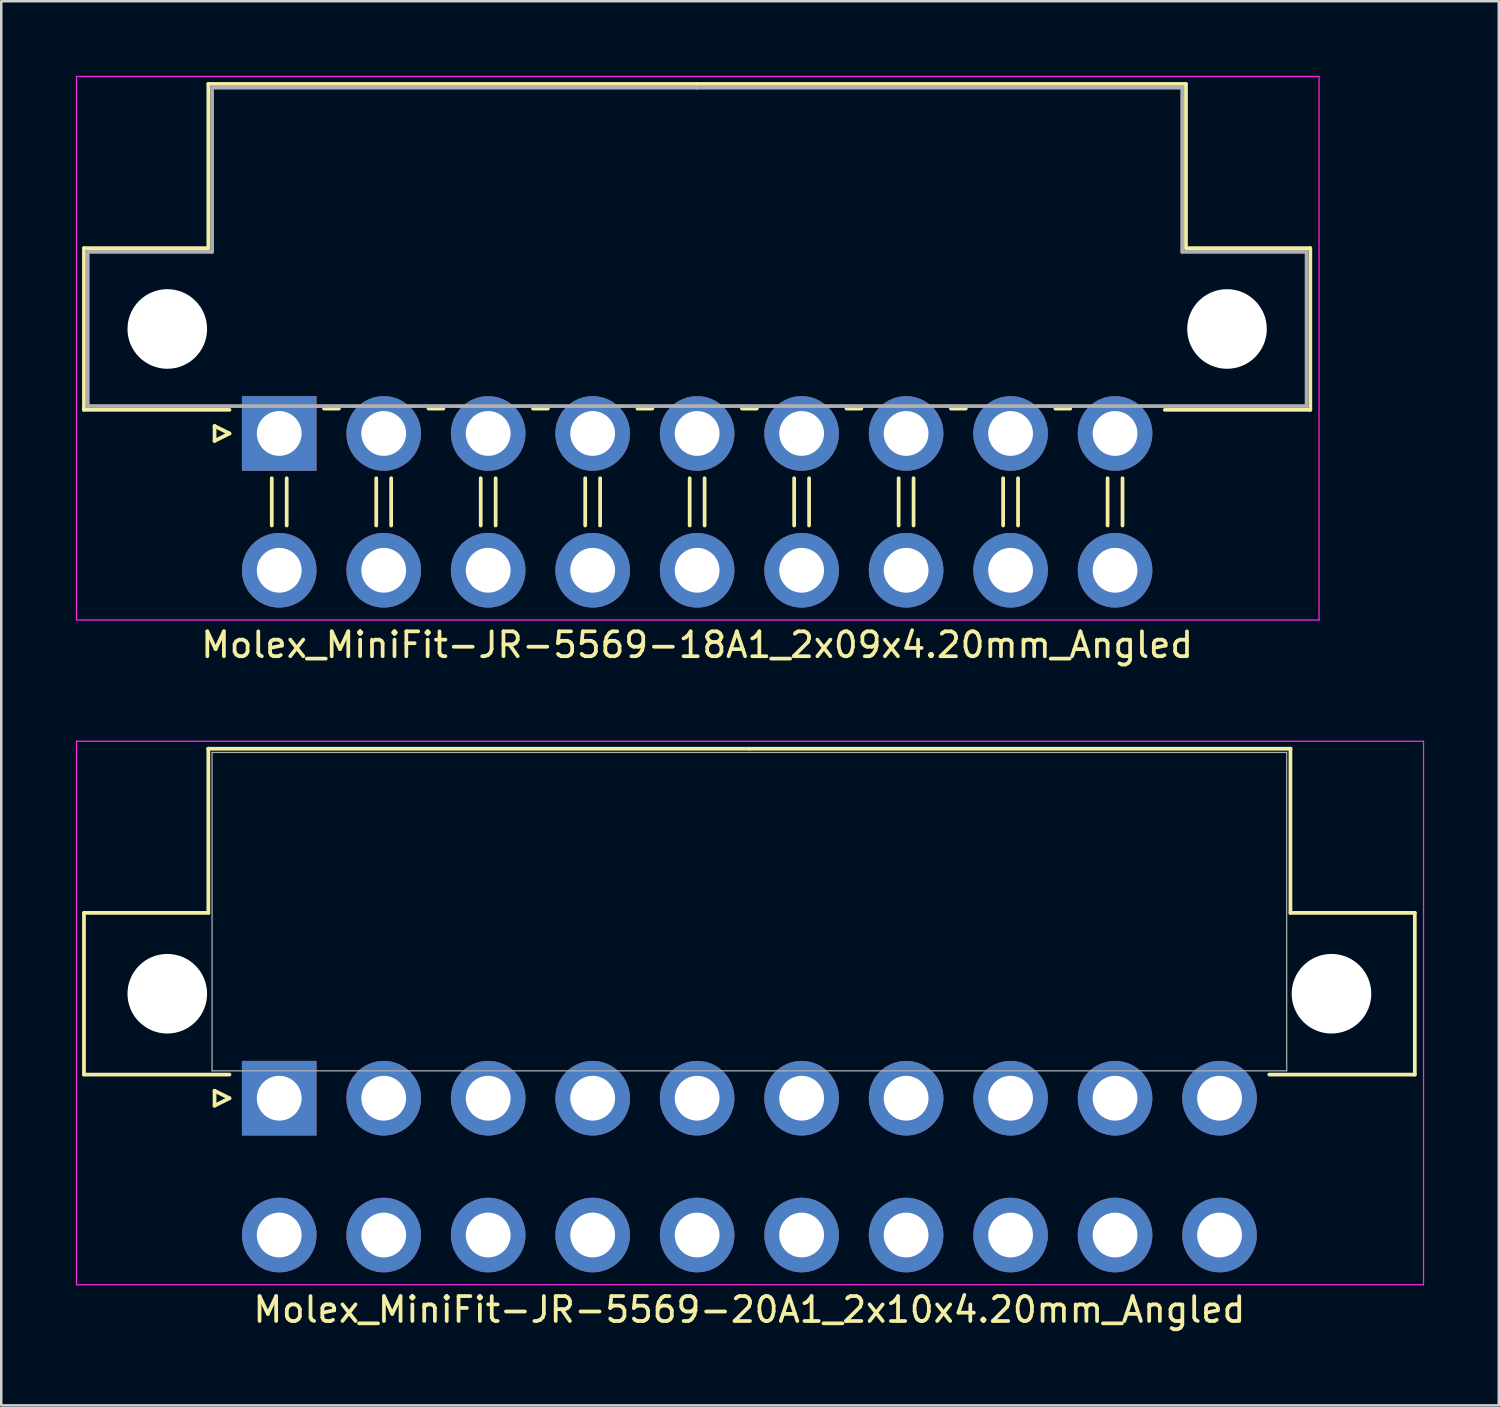
<source format=kicad_pcb>
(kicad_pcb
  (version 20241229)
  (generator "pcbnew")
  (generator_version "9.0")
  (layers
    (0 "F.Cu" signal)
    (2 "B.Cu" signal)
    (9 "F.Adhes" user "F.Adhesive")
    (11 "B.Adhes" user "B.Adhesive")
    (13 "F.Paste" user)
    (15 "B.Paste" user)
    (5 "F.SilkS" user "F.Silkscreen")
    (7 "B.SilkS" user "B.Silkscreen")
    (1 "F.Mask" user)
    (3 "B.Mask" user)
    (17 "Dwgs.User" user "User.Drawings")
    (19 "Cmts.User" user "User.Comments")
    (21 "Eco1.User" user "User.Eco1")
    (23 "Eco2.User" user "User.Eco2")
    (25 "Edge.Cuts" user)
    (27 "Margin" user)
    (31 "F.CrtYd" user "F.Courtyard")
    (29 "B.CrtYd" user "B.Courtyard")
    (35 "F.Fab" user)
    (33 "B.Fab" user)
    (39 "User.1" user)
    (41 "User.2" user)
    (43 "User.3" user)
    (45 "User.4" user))
  (footprint "Molex_MiniFit-JR-5569-18A1_2x09x4.20mm_Angled"
    (layer "F.Cu")
    (at 8.175 14.375)
    (property "Reference" "Molex_MiniFit-JR-5569-18A1_2x09x4.20mm_Angled" (at 16.8 8.5 0) (layer "F.SilkS") (effects (font (size 1 1) (thickness 0.15))))
    (attr through_hole)
    (fp_line (start -7.85 -7.45) (end -7.85 -0.95) (stroke (width 0.15) (type solid)) (layer "F.SilkS"))
    (fp_line (start -7.85 -0.95) (end -2 -0.95) (stroke (width 0.15) (type solid)) (layer "F.SilkS"))
    (fp_line (start -2.85 -14.05) (end -2.85 -7.45) (stroke (width 0.15) (type solid)) (layer "F.SilkS"))
    (fp_line (start -2.85 -7.45) (end -7.85 -7.45) (stroke (width 0.15) (type solid)) (layer "F.SilkS"))
    (fp_line (start -2.6 -0.3) (end -2 0) (stroke (width 0.15) (type solid)) (layer "F.SilkS"))
    (fp_line (start -2.6 0.3) (end -2.6 -0.3) (stroke (width 0.15) (type solid)) (layer "F.SilkS"))
    (fp_line (start -2 0) (end -2.6 0.3) (stroke (width 0.15) (type solid)) (layer "F.SilkS"))
    (fp_line (start -0.3 1.8) (end -0.3 3.7) (stroke (width 0.15) (type solid)) (layer "F.SilkS"))
    (fp_line (start 0.3 1.8) (end 0.3 3.7) (stroke (width 0.15) (type solid)) (layer "F.SilkS"))
    (fp_line (start 1.8 -1) (end 2.4 -1) (stroke (width 0.15) (type solid)) (layer "F.SilkS"))
    (fp_line (start 3.9 1.8) (end 3.9 3.7) (stroke (width 0.15) (type solid)) (layer "F.SilkS"))
    (fp_line (start 4.5 1.8) (end 4.5 3.7) (stroke (width 0.15) (type solid)) (layer "F.SilkS"))
    (fp_line (start 6 -1) (end 6.6 -1) (stroke (width 0.15) (type solid)) (layer "F.SilkS"))
    (fp_line (start 8.1 1.8) (end 8.1 3.7) (stroke (width 0.15) (type solid)) (layer "F.SilkS"))
    (fp_line (start 8.7 1.8) (end 8.7 3.7) (stroke (width 0.15) (type solid)) (layer "F.SilkS"))
    (fp_line (start 10.2 -1) (end 10.8 -1) (stroke (width 0.15) (type solid)) (layer "F.SilkS"))
    (fp_line (start 12.3 1.8) (end 12.3 3.7) (stroke (width 0.15) (type solid)) (layer "F.SilkS"))
    (fp_line (start 12.9 1.8) (end 12.9 3.7) (stroke (width 0.15) (type solid)) (layer "F.SilkS"))
    (fp_line (start 14.4 -1) (end 15 -1) (stroke (width 0.15) (type solid)) (layer "F.SilkS"))
    (fp_line (start 16.5 1.8) (end 16.5 3.7) (stroke (width 0.15) (type solid)) (layer "F.SilkS"))
    (fp_line (start 16.8 -14.05) (end -2.85 -14.05) (stroke (width 0.15) (type solid)) (layer "F.SilkS"))
    (fp_line (start 16.8 -14.05) (end 36.45 -14.05) (stroke (width 0.15) (type solid)) (layer "F.SilkS"))
    (fp_line (start 17.1 1.8) (end 17.1 3.7) (stroke (width 0.15) (type solid)) (layer "F.SilkS"))
    (fp_line (start 18.6 -1) (end 19.2 -1) (stroke (width 0.15) (type solid)) (layer "F.SilkS"))
    (fp_line (start 20.7 1.8) (end 20.7 3.7) (stroke (width 0.15) (type solid)) (layer "F.SilkS"))
    (fp_line (start 21.3 1.8) (end 21.3 3.7) (stroke (width 0.15) (type solid)) (layer "F.SilkS"))
    (fp_line (start 22.8 -1) (end 23.4 -1) (stroke (width 0.15) (type solid)) (layer "F.SilkS"))
    (fp_line (start 24.9 1.8) (end 24.9 3.7) (stroke (width 0.15) (type solid)) (layer "F.SilkS"))
    (fp_line (start 25.5 1.8) (end 25.5 3.7) (stroke (width 0.15) (type solid)) (layer "F.SilkS"))
    (fp_line (start 27 -1) (end 27.6 -1) (stroke (width 0.15) (type solid)) (layer "F.SilkS"))
    (fp_line (start 29.1 1.8) (end 29.1 3.7) (stroke (width 0.15) (type solid)) (layer "F.SilkS"))
    (fp_line (start 29.7 1.8) (end 29.7 3.7) (stroke (width 0.15) (type solid)) (layer "F.SilkS"))
    (fp_line (start 31.2 -1) (end 31.8 -1) (stroke (width 0.15) (type solid)) (layer "F.SilkS"))
    (fp_line (start 33.3 1.8) (end 33.3 3.7) (stroke (width 0.15) (type solid)) (layer "F.SilkS"))
    (fp_line (start 33.9 1.8) (end 33.9 3.7) (stroke (width 0.15) (type solid)) (layer "F.SilkS"))
    (fp_line (start 36.45 -14.05) (end 36.45 -7.45) (stroke (width 0.15) (type solid)) (layer "F.SilkS"))
    (fp_line (start 36.45 -7.45) (end 41.45 -7.45) (stroke (width 0.15) (type solid)) (layer "F.SilkS"))
    (fp_line (start 41.45 -7.45) (end 41.45 -0.95) (stroke (width 0.15) (type solid)) (layer "F.SilkS"))
    (fp_line (start 41.45 -0.95) (end 35.6 -0.95) (stroke (width 0.15) (type solid)) (layer "F.SilkS"))
    (fp_line (start -8.15 -14.35) (end -8.15 7.5) (stroke (width 0.05) (type solid)) (layer "F.CrtYd"))
    (fp_line (start -8.15 7.5) (end 41.8 7.5) (stroke (width 0.05) (type solid)) (layer "F.CrtYd"))
    (fp_line (start 41.8 -14.35) (end -8.15 -14.35) (stroke (width 0.05) (type solid)) (layer "F.CrtYd"))
    (fp_line (start 41.8 7.5) (end 41.8 -14.35) (stroke (width 0.05) (type solid)) (layer "F.CrtYd"))
    (fp_line (start -7.7 -7.3) (end -7.7 -1.1) (stroke (width 0.15) (type solid)) (layer "F.Fab"))
    (fp_line (start -7.7 -1.1) (end 16.8 -1.1) (stroke (width 0.15) (type solid)) (layer "F.Fab"))
    (fp_line (start -2.7 -13.9) (end -2.7 -7.3) (stroke (width 0.15) (type solid)) (layer "F.Fab"))
    (fp_line (start -2.7 -7.3) (end -7.7 -7.3) (stroke (width 0.15) (type solid)) (layer "F.Fab"))
    (fp_line (start 16.8 -13.9) (end -2.7 -13.9) (stroke (width 0.15) (type solid)) (layer "F.Fab"))
    (fp_line (start 16.8 -13.9) (end 36.3 -13.9) (stroke (width 0.15) (type solid)) (layer "F.Fab"))
    (fp_line (start 36.3 -13.9) (end 36.3 -7.3) (stroke (width 0.15) (type solid)) (layer "F.Fab"))
    (fp_line (start 36.3 -7.3) (end 41.3 -7.3) (stroke (width 0.15) (type solid)) (layer "F.Fab"))
    (fp_line (start 41.3 -7.3) (end 41.3 -1.1) (stroke (width 0.15) (type solid)) (layer "F.Fab"))
    (fp_line (start 41.3 -1.1) (end 16.8 -1.1) (stroke (width 0.15) (type solid)) (layer "F.Fab"))
    (pad "" np_thru_hole circle (at -4.5 -4.2) (size 3.2 3.2) (drill 3.2) (layers "*.Cu"))
    (pad "" np_thru_hole circle (at 38.1 -4.2) (size 3.2 3.2) (drill 3.2) (layers "*.Cu"))
    (pad "1" thru_hole rect (at 0 0) (size 3 3) (drill 1.8) (layers "*.Cu" "*.Mask"))
    (pad "2" thru_hole circle (at 4.2 0) (size 3 3) (drill 1.8) (layers "*.Cu" "*.Mask"))
    (pad "3" thru_hole circle (at 8.4 0) (size 3 3) (drill 1.8) (layers "*.Cu" "*.Mask"))
    (pad "4" thru_hole circle (at 12.6 0) (size 3 3) (drill 1.8) (layers "*.Cu" "*.Mask"))
    (pad "5" thru_hole circle (at 16.8 0) (size 3 3) (drill 1.8) (layers "*.Cu" "*.Mask"))
    (pad "6" thru_hole circle (at 21 0) (size 3 3) (drill 1.8) (layers "*.Cu" "*.Mask"))
    (pad "7" thru_hole circle (at 25.2 0) (size 3 3) (drill 1.8) (layers "*.Cu" "*.Mask"))
    (pad "8" thru_hole circle (at 29.4 0) (size 3 3) (drill 1.8) (layers "*.Cu" "*.Mask"))
    (pad "9" thru_hole circle (at 33.6 0) (size 3 3) (drill 1.8) (layers "*.Cu" "*.Mask"))
    (pad "10" thru_hole circle (at 0 5.5) (size 3 3) (drill 1.8) (layers "*.Cu" "*.Mask"))
    (pad "11" thru_hole circle (at 4.2 5.5) (size 3 3) (drill 1.8) (layers "*.Cu" "*.Mask"))
    (pad "12" thru_hole circle (at 8.4 5.5) (size 3 3) (drill 1.8) (layers "*.Cu" "*.Mask"))
    (pad "13" thru_hole circle (at 12.6 5.5) (size 3 3) (drill 1.8) (layers "*.Cu" "*.Mask"))
    (pad "14" thru_hole circle (at 16.8 5.5) (size 3 3) (drill 1.8) (layers "*.Cu" "*.Mask"))
    (pad "15" thru_hole circle (at 21 5.5) (size 3 3) (drill 1.8) (layers "*.Cu" "*.Mask"))
    (pad "16" thru_hole circle (at 25.2 5.5) (size 3 3) (drill 1.8) (layers "*.Cu" "*.Mask"))
    (pad "17" thru_hole circle (at 29.4 5.5) (size 3 3) (drill 1.8) (layers "*.Cu" "*.Mask"))
    (pad "18" thru_hole circle (at 33.6 5.5) (size 3 3) (drill 1.8) (layers "*.Cu" "*.Mask")))
  (footprint "Molex_MiniFit-JR-5569-20A1_2x10x4.20mm_Angled"
    (layer "F.Cu")
    (at 8.175 41.098)
    (property "Reference" "Molex_MiniFit-JR-5569-20A1_2x10x4.20mm_Angled" (at 18.9 8.5 0) (layer "F.SilkS") (effects (font (size 1 1) (thickness 0.15))))
    (attr through_hole)
    (fp_line (start -7.85 -7.45) (end -7.85 -0.95) (stroke (width 0.15) (type solid)) (layer "F.SilkS"))
    (fp_line (start -7.85 -0.95) (end -2 -0.95) (stroke (width 0.15) (type solid)) (layer "F.SilkS"))
    (fp_line (start -2.85 -14.05) (end -2.85 -14.05) (stroke (width 0.15) (type solid)) (layer "F.SilkS"))
    (fp_line (start -2.85 -14.05) (end -2.85 -7.45) (stroke (width 0.15) (type solid)) (layer "F.SilkS"))
    (fp_line (start -2.85 -7.45) (end -7.85 -7.45) (stroke (width 0.15) (type solid)) (layer "F.SilkS"))
    (fp_line (start -2.6 -0.3) (end -2 0) (stroke (width 0.15) (type solid)) (layer "F.SilkS"))
    (fp_line (start -2.6 0.3) (end -2.6 -0.3) (stroke (width 0.15) (type solid)) (layer "F.SilkS"))
    (fp_line (start -2 0) (end -2.6 0.3) (stroke (width 0.15) (type solid)) (layer "F.SilkS"))
    (fp_line (start 18.9 -14.05) (end -2.85 -14.05) (stroke (width 0.15) (type solid)) (layer "F.SilkS"))
    (fp_line (start 18.9 -14.05) (end 40.65 -14.05) (stroke (width 0.15) (type solid)) (layer "F.SilkS"))
    (fp_line (start 40.65 -14.05) (end 40.65 -14.05) (stroke (width 0.15) (type solid)) (layer "F.SilkS"))
    (fp_line (start 40.65 -14.05) (end 40.65 -7.45) (stroke (width 0.15) (type solid)) (layer "F.SilkS"))
    (fp_line (start 40.65 -7.45) (end 45.65 -7.45) (stroke (width 0.15) (type solid)) (layer "F.SilkS"))
    (fp_line (start 45.65 -7.45) (end 45.65 -0.95) (stroke (width 0.15) (type solid)) (layer "F.SilkS"))
    (fp_line (start 45.65 -0.95) (end 39.8 -0.95) (stroke (width 0.15) (type solid)) (layer "F.SilkS"))
    (fp_line (start -8.15 -14.35) (end -8.15 7.5) (stroke (width 0.05) (type solid)) (layer "F.CrtYd"))
    (fp_line (start -8.15 7.5) (end 46 7.5) (stroke (width 0.05) (type solid)) (layer "F.CrtYd"))
    (fp_line (start 46 -14.35) (end -8.15 -14.35) (stroke (width 0.05) (type solid)) (layer "F.CrtYd"))
    (fp_line (start 46 7.5) (end 46 -14.35) (stroke (width 0.05) (type solid)) (layer "F.CrtYd"))
    (fp_line (start -2.7 -13.9) (end -2.7 -1.1) (stroke (width 0.05) (type solid)) (layer "F.Fab"))
    (fp_line (start -2.7 -1.1) (end 40.5 -1.1) (stroke (width 0.05) (type solid)) (layer "F.Fab"))
    (fp_line (start 40.5 -13.9) (end -2.7 -13.9) (stroke (width 0.05) (type solid)) (layer "F.Fab"))
    (fp_line (start 40.5 -1.1) (end 40.5 -13.9) (stroke (width 0.05) (type solid)) (layer "F.Fab"))
    (pad "" np_thru_hole circle (at -4.5 -4.2) (size 3.2 3.2) (drill 3.2) (layers "*.Cu"))
    (pad "" np_thru_hole circle (at 42.3 -4.2) (size 3.2 3.2) (drill 3.2) (layers "*.Cu"))
    (pad "1" thru_hole rect (at 0 0) (size 3 3) (drill 1.8) (layers "*.Cu" "*.Mask"))
    (pad "2" thru_hole circle (at 4.2 0) (size 3 3) (drill 1.8) (layers "*.Cu" "*.Mask"))
    (pad "3" thru_hole circle (at 8.4 0) (size 3 3) (drill 1.8) (layers "*.Cu" "*.Mask"))
    (pad "4" thru_hole circle (at 12.6 0) (size 3 3) (drill 1.8) (layers "*.Cu" "*.Mask"))
    (pad "5" thru_hole circle (at 16.8 0) (size 3 3) (drill 1.8) (layers "*.Cu" "*.Mask"))
    (pad "6" thru_hole circle (at 21 0) (size 3 3) (drill 1.8) (layers "*.Cu" "*.Mask"))
    (pad "7" thru_hole circle (at 25.2 0) (size 3 3) (drill 1.8) (layers "*.Cu" "*.Mask"))
    (pad "8" thru_hole circle (at 29.4 0) (size 3 3) (drill 1.8) (layers "*.Cu" "*.Mask"))
    (pad "9" thru_hole circle (at 33.6 0) (size 3 3) (drill 1.8) (layers "*.Cu" "*.Mask"))
    (pad "10" thru_hole circle (at 37.8 0) (size 3 3) (drill 1.8) (layers "*.Cu" "*.Mask"))
    (pad "11" thru_hole circle (at 0 5.5) (size 3 3) (drill 1.8) (layers "*.Cu" "*.Mask"))
    (pad "12" thru_hole circle (at 4.2 5.5) (size 3 3) (drill 1.8) (layers "*.Cu" "*.Mask"))
    (pad "13" thru_hole circle (at 8.4 5.5) (size 3 3) (drill 1.8) (layers "*.Cu" "*.Mask"))
    (pad "14" thru_hole circle (at 12.6 5.5) (size 3 3) (drill 1.8) (layers "*.Cu" "*.Mask"))
    (pad "15" thru_hole circle (at 16.8 5.5) (size 3 3) (drill 1.8) (layers "*.Cu" "*.Mask"))
    (pad "16" thru_hole circle (at 21 5.5) (size 3 3) (drill 1.8) (layers "*.Cu" "*.Mask"))
    (pad "17" thru_hole circle (at 25.2 5.5) (size 3 3) (drill 1.8) (layers "*.Cu" "*.Mask"))
    (pad "18" thru_hole circle (at 29.4 5.5) (size 3 3) (drill 1.8) (layers "*.Cu" "*.Mask"))
    (pad "19" thru_hole circle (at 33.6 5.5) (size 3 3) (drill 1.8) (layers "*.Cu" "*.Mask"))
    (pad "20" thru_hole circle (at 37.8 5.5) (size 3 3) (drill 1.8) (layers "*.Cu" "*.Mask")))
  (gr_rect
    (start -3 -3)
    (end 57.2 53.447)
    (stroke (width 0.1) (type default))
    (fill no)
    (layer "Edge.Cuts")))
</source>
